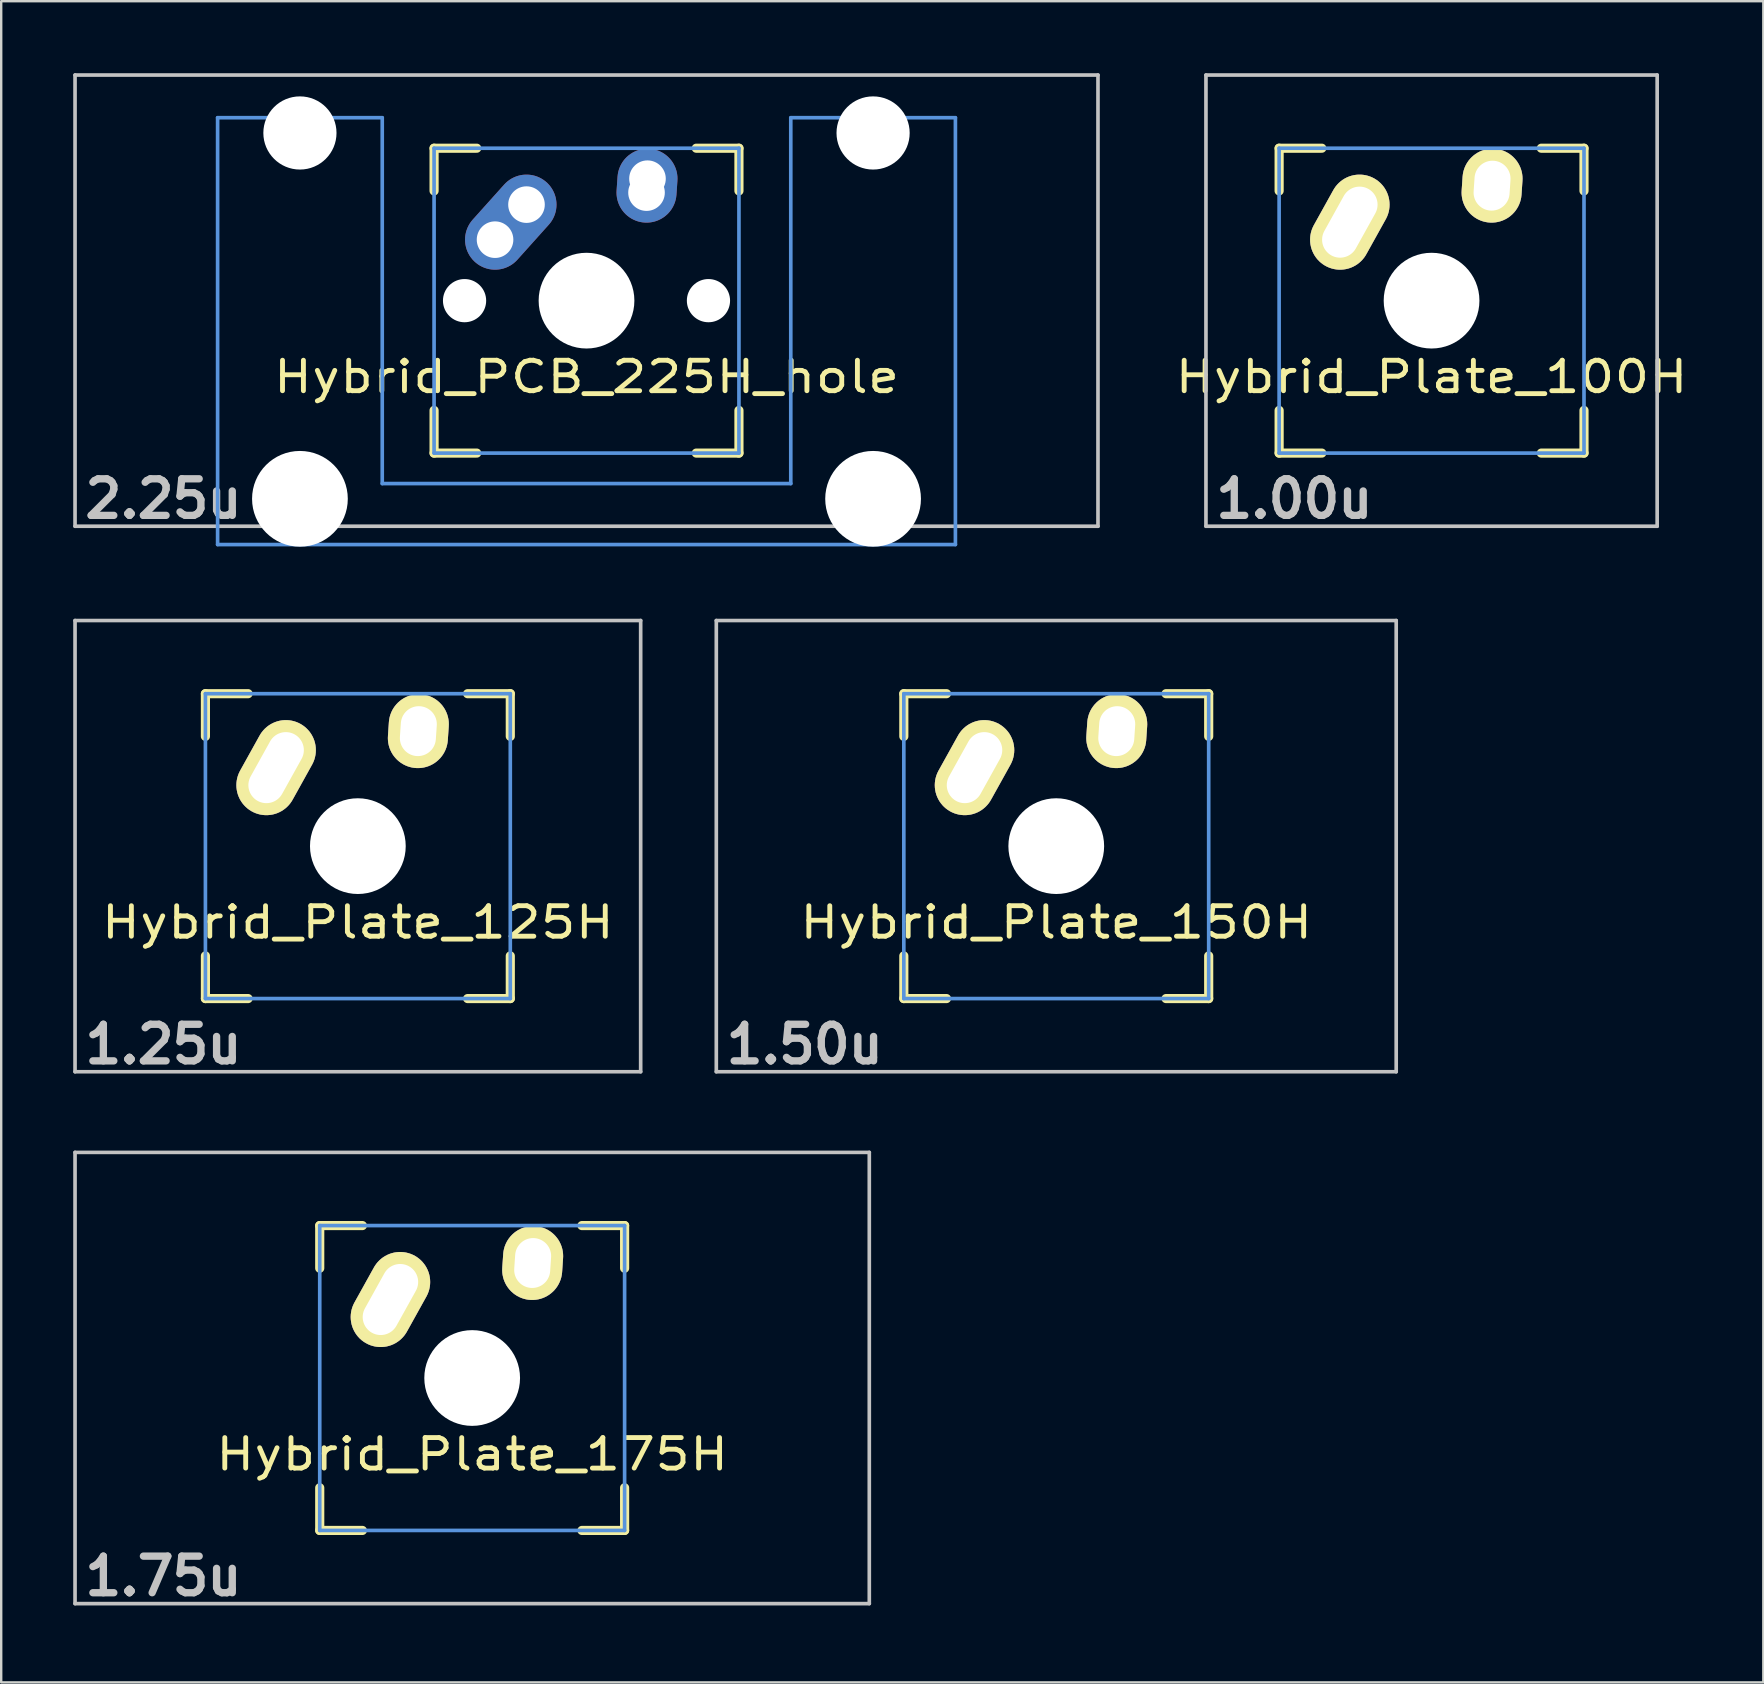
<source format=kicad_pcb>
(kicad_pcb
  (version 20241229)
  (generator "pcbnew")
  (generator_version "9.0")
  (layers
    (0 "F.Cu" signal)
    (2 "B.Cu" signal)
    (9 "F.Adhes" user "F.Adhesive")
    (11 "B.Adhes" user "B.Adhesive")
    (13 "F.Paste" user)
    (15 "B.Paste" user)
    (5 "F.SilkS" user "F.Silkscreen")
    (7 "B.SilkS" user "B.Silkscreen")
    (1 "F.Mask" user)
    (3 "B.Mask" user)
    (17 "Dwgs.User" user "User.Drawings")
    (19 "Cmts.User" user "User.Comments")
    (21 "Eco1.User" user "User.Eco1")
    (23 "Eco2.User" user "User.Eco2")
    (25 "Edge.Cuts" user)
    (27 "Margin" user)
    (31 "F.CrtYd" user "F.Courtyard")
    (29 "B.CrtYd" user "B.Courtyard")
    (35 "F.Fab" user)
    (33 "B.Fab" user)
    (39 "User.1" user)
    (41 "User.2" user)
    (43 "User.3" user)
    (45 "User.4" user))
  (footprint "Hybrid_PCB_225H_hole"
    (layer "F.Cu")
    (at 21.382 9.474)
    (property "Reference" "Hybrid_PCB_225H_hole" (at 0 3.175 0) (layer "F.SilkS") (effects (font (size 1.27 1.524) (thickness 0.203))))
    (attr through_hole)
    (fp_line (start -6.35 -6.35) (end -4.572 -6.35) (stroke (width 0.381) (type solid)) (layer "F.SilkS"))
    (fp_line (start -6.35 -4.572) (end -6.35 -6.35) (stroke (width 0.381) (type solid)) (layer "F.SilkS"))
    (fp_line (start -6.35 6.35) (end -6.35 4.572) (stroke (width 0.381) (type solid)) (layer "F.SilkS"))
    (fp_line (start -4.572 6.35) (end -6.35 6.35) (stroke (width 0.381) (type solid)) (layer "F.SilkS"))
    (fp_line (start 4.572 -6.35) (end 6.35 -6.35) (stroke (width 0.381) (type solid)) (layer "F.SilkS"))
    (fp_line (start 6.35 -6.35) (end 6.35 -4.572) (stroke (width 0.381) (type solid)) (layer "F.SilkS"))
    (fp_line (start 6.35 4.572) (end 6.35 6.35) (stroke (width 0.381) (type solid)) (layer "F.SilkS"))
    (fp_line (start 6.35 6.35) (end 4.572 6.35) (stroke (width 0.381) (type solid)) (layer "F.SilkS"))
    (fp_line (start -21.306 -9.398) (end 21.306 -9.398) (stroke (width 0.152) (type solid)) (layer "Dwgs.User"))
    (fp_line (start -21.306 9.398) (end -21.306 -9.398) (stroke (width 0.152) (type solid)) (layer "Dwgs.User"))
    (fp_line (start 21.306 -9.398) (end 21.306 9.398) (stroke (width 0.152) (type solid)) (layer "Dwgs.User"))
    (fp_line (start 21.306 9.398) (end -21.306 9.398) (stroke (width 0.152) (type solid)) (layer "Dwgs.User"))
    (fp_line (start -15.367 -7.62) (end -15.367 10.16) (stroke (width 0.152) (type solid)) (layer "Cmts.User"))
    (fp_line (start -15.367 10.16) (end 15.367 10.16) (stroke (width 0.152) (type solid)) (layer "Cmts.User"))
    (fp_line (start -8.509 -7.62) (end -15.367 -7.62) (stroke (width 0.152) (type solid)) (layer "Cmts.User"))
    (fp_line (start -8.509 7.62) (end -8.509 -7.62) (stroke (width 0.152) (type solid)) (layer "Cmts.User"))
    (fp_line (start -6.35 -6.35) (end 6.35 -6.35) (stroke (width 0.152) (type solid)) (layer "Cmts.User"))
    (fp_line (start -6.35 6.35) (end -6.35 -6.35) (stroke (width 0.152) (type solid)) (layer "Cmts.User"))
    (fp_line (start 6.35 -6.35) (end 6.35 6.35) (stroke (width 0.152) (type solid)) (layer "Cmts.User"))
    (fp_line (start 6.35 6.35) (end -6.35 6.35) (stroke (width 0.152) (type solid)) (layer "Cmts.User"))
    (fp_line (start 8.509 -7.62) (end 8.509 7.62) (stroke (width 0.152) (type solid)) (layer "Cmts.User"))
    (fp_line (start 8.509 7.62) (end -8.509 7.62) (stroke (width 0.152) (type solid)) (layer "Cmts.User"))
    (fp_line (start 15.367 -7.62) (end 8.509 -7.62) (stroke (width 0.152) (type solid)) (layer "Cmts.User"))
    (fp_line (start 15.367 10.16) (end 15.367 -7.62) (stroke (width 0.152) (type solid)) (layer "Cmts.User"))
    (fp_line (start -16.129 -2.286) (end -15.265 -2.286) (stroke (width 0.152) (type solid)) (layer "Eco2.User"))
    (fp_line (start -16.129 0.508) (end -16.129 -2.286) (stroke (width 0.152) (type solid)) (layer "Eco2.User"))
    (fp_line (start -15.265 -5.69) (end -8.611 -5.69) (stroke (width 0.152) (type solid)) (layer "Eco2.User"))
    (fp_line (start -15.265 -2.286) (end -15.265 -5.69) (stroke (width 0.152) (type solid)) (layer "Eco2.User"))
    (fp_line (start -15.265 0.508) (end -16.129 0.508) (stroke (width 0.152) (type solid)) (layer "Eco2.User"))
    (fp_line (start -15.265 6.604) (end -15.265 0.508) (stroke (width 0.152) (type solid)) (layer "Eco2.User"))
    (fp_line (start -14.224 6.604) (end -15.265 6.604) (stroke (width 0.152) (type solid)) (layer "Eco2.User"))
    (fp_line (start -14.224 7.772) (end -14.224 6.604) (stroke (width 0.152) (type solid)) (layer "Eco2.User"))
    (fp_line (start -9.652 6.604) (end -9.652 7.772) (stroke (width 0.152) (type solid)) (layer "Eco2.User"))
    (fp_line (start -9.652 7.772) (end -14.224 7.772) (stroke (width 0.152) (type solid)) (layer "Eco2.User"))
    (fp_line (start -8.611 -5.69) (end -8.611 -4.877) (stroke (width 0.152) (type solid)) (layer "Eco2.User"))
    (fp_line (start -8.611 -4.877) (end -6.985 -4.877) (stroke (width 0.152) (type solid)) (layer "Eco2.User"))
    (fp_line (start -8.611 5.817) (end -8.611 6.604) (stroke (width 0.152) (type solid)) (layer "Eco2.User"))
    (fp_line (start -8.611 6.604) (end -9.652 6.604) (stroke (width 0.152) (type solid)) (layer "Eco2.User"))
    (fp_line (start -6.985 -6.985) (end 6.985 -6.985) (stroke (width 0.152) (type solid)) (layer "Eco2.User"))
    (fp_line (start -6.985 -4.877) (end -6.985 -6.985) (stroke (width 0.152) (type solid)) (layer "Eco2.User"))
    (fp_line (start -6.985 5.817) (end -8.611 5.817) (stroke (width 0.152) (type solid)) (layer "Eco2.User"))
    (fp_line (start -6.985 6.985) (end -6.985 5.817) (stroke (width 0.152) (type solid)) (layer "Eco2.User"))
    (fp_line (start 6.985 -6.985) (end 6.985 -4.877) (stroke (width 0.152) (type solid)) (layer "Eco2.User"))
    (fp_line (start 6.985 -4.877) (end 8.611 -4.877) (stroke (width 0.152) (type solid)) (layer "Eco2.User"))
    (fp_line (start 6.985 5.817) (end 6.985 6.985) (stroke (width 0.152) (type solid)) (layer "Eco2.User"))
    (fp_line (start 6.985 6.985) (end -6.985 6.985) (stroke (width 0.152) (type solid)) (layer "Eco2.User"))
    (fp_line (start 8.611 -5.69) (end 15.265 -5.69) (stroke (width 0.152) (type solid)) (layer "Eco2.User"))
    (fp_line (start 8.611 -4.877) (end 8.611 -5.69) (stroke (width 0.152) (type solid)) (layer "Eco2.User"))
    (fp_line (start 8.611 5.817) (end 6.985 5.817) (stroke (width 0.152) (type solid)) (layer "Eco2.User"))
    (fp_line (start 8.611 6.604) (end 8.611 5.817) (stroke (width 0.152) (type solid)) (layer "Eco2.User"))
    (fp_line (start 9.652 6.604) (end 8.611 6.604) (stroke (width 0.152) (type solid)) (layer "Eco2.User"))
    (fp_line (start 9.652 7.772) (end 9.652 6.604) (stroke (width 0.152) (type solid)) (layer "Eco2.User"))
    (fp_line (start 14.224 6.604) (end 14.224 7.772) (stroke (width 0.152) (type solid)) (layer "Eco2.User"))
    (fp_line (start 14.224 7.772) (end 9.652 7.772) (stroke (width 0.152) (type solid)) (layer "Eco2.User"))
    (fp_line (start 15.265 -5.69) (end 15.265 -2.286) (stroke (width 0.152) (type solid)) (layer "Eco2.User"))
    (fp_line (start 15.265 -2.286) (end 16.129 -2.286) (stroke (width 0.152) (type solid)) (layer "Eco2.User"))
    (fp_line (start 15.265 0.508) (end 15.265 6.604) (stroke (width 0.152) (type solid)) (layer "Eco2.User"))
    (fp_line (start 15.265 6.604) (end 14.224 6.604) (stroke (width 0.152) (type solid)) (layer "Eco2.User"))
    (fp_line (start 16.129 -2.286) (end 16.129 0.508) (stroke (width 0.152) (type solid)) (layer "Eco2.User"))
    (fp_line (start 16.129 0.508) (end 15.265 0.508) (stroke (width 0.152) (type solid)) (layer "Eco2.User"))
    (fp_text user "2.25u" (at -17.623 8.255 0) (layer "Dwgs.User") (effects (font (size 1.524 1.524) (thickness 0.305))))
    (pad "" np_thru_hole circle (at -11.938 -6.985) (size 3.048 3.048) (drill 3.048) (layers "*.Cu"))
    (pad "" np_thru_hole circle (at -11.938 8.255) (size 3.988 3.988) (drill 3.988) (layers "*.Cu"))
    (pad "" np_thru_hole circle (at -5.08 0) (size 1.8 1.8) (drill 1.8) (layers "*.Cu"))
    (pad "" np_thru_hole circle (at 0 0) (size 3.988 3.988) (drill 3.988) (layers "*.Cu"))
    (pad "" np_thru_hole circle (at 5.08 0) (size 1.8 1.8) (drill 1.8) (layers "*.Cu"))
    (pad "" np_thru_hole circle (at 11.938 -6.985) (size 3.048 3.048) (drill 3.048) (layers "*.Cu"))
    (pad "" np_thru_hole circle (at 11.938 8.255) (size 3.988 3.988) (drill 3.988) (layers "*.Cu"))
    (pad "1" thru_hole circle (at -3.81 -2.54 330.95) (size 2 2) (drill 1.524) (layers "*.Cu" "*.Mask"))
    (pad "1" thru_hole oval (at -3.155 -3.27 138.1) (size 2.5 4.462) (drill 0.001) (layers "*.Cu" "*.Mask"))
    (pad "1" thru_hole circle (at -2.5 -4 330.95) (size 2 2) (drill 1.524) (layers "*.Cu" "*.Mask"))
    (pad "2" thru_hole circle (at 2.5 -4.5 330.95) (size 2 2) (drill 1.524) (layers "*.Cu" "*.Mask"))
    (pad "2" thru_hole oval (at 2.52 -4.79 356.055) (size 2.5 3.081) (drill 0.001) (layers "*.Cu" "*.Mask"))
    (pad "2" thru_hole circle (at 2.54 -5.08 330.95) (size 2 2) (drill 1.524) (layers "*.Cu" "*.Mask")))
  (footprint "Hybrid_Plate_125H"
    (layer "F.Cu")
    (at 11.857 32.197)
    (property "Reference" "Hybrid_Plate_125H" (at 0 3.175 0) (layer "F.SilkS") (effects (font (size 1.27 1.524) (thickness 0.203))))
    (attr through_hole)
    (fp_line (start -6.35 -6.35) (end -4.572 -6.35) (stroke (width 0.381) (type solid)) (layer "F.SilkS"))
    (fp_line (start -6.35 -4.572) (end -6.35 -6.35) (stroke (width 0.381) (type solid)) (layer "F.SilkS"))
    (fp_line (start -6.35 6.35) (end -6.35 4.572) (stroke (width 0.381) (type solid)) (layer "F.SilkS"))
    (fp_line (start -4.572 6.35) (end -6.35 6.35) (stroke (width 0.381) (type solid)) (layer "F.SilkS"))
    (fp_line (start 4.572 -6.35) (end 6.35 -6.35) (stroke (width 0.381) (type solid)) (layer "F.SilkS"))
    (fp_line (start 6.35 -6.35) (end 6.35 -4.572) (stroke (width 0.381) (type solid)) (layer "F.SilkS"))
    (fp_line (start 6.35 4.572) (end 6.35 6.35) (stroke (width 0.381) (type solid)) (layer "F.SilkS"))
    (fp_line (start 6.35 6.35) (end 4.572 6.35) (stroke (width 0.381) (type solid)) (layer "F.SilkS"))
    (fp_line (start -11.781 -9.398) (end 11.781 -9.398) (stroke (width 0.152) (type solid)) (layer "Dwgs.User"))
    (fp_line (start -11.781 9.398) (end -11.781 -9.398) (stroke (width 0.152) (type solid)) (layer "Dwgs.User"))
    (fp_line (start 11.781 -9.398) (end 11.781 9.398) (stroke (width 0.152) (type solid)) (layer "Dwgs.User"))
    (fp_line (start 11.781 9.398) (end -11.781 9.398) (stroke (width 0.152) (type solid)) (layer "Dwgs.User"))
    (fp_line (start -6.35 -6.35) (end 6.35 -6.35) (stroke (width 0.152) (type solid)) (layer "Cmts.User"))
    (fp_line (start -6.35 6.35) (end -6.35 -6.35) (stroke (width 0.152) (type solid)) (layer "Cmts.User"))
    (fp_line (start 6.35 -6.35) (end 6.35 6.35) (stroke (width 0.152) (type solid)) (layer "Cmts.User"))
    (fp_line (start 6.35 6.35) (end -6.35 6.35) (stroke (width 0.152) (type solid)) (layer "Cmts.User"))
    (fp_line (start -6.985 -6.985) (end 6.985 -6.985) (stroke (width 0.152) (type solid)) (layer "Eco2.User"))
    (fp_line (start -6.985 6.985) (end -6.985 -6.985) (stroke (width 0.152) (type solid)) (layer "Eco2.User"))
    (fp_line (start 6.985 -6.985) (end 6.985 6.985) (stroke (width 0.152) (type solid)) (layer "Eco2.User"))
    (fp_line (start 6.985 6.985) (end -6.985 6.985) (stroke (width 0.152) (type solid)) (layer "Eco2.User"))
    (fp_text user "1.25u" (at -8.098 8.255 0) (layer "Dwgs.User") (effects (font (size 1.524 1.524) (thickness 0.305))))
    (pad "" np_thru_hole circle (at 0 0) (size 3.988 3.988) (drill 3.988) (layers "*.Cu"))
    (pad "1" thru_hole oval (at -3.405 -3.27 330.95) (size 2.5 4.17) (drill oval 1.5 3.17) (layers "*.Cu" "*.Mask" "F.SilkS"))
    (pad "2" thru_hole oval (at 2.52 -4.79 356.1) (size 2.5 3.08) (drill oval 1.5 2.08) (layers "*.Cu" "*.Mask" "F.SilkS")))
  (footprint "Hybrid_Plate_175H"
    (layer "F.Cu")
    (at 16.619 54.353)
    (property "Reference" "Hybrid_Plate_175H" (at 0 3.175 0) (layer "F.SilkS") (effects (font (size 1.27 1.524) (thickness 0.203))))
    (attr through_hole)
    (fp_line (start -6.35 -6.35) (end -4.572 -6.35) (stroke (width 0.381) (type solid)) (layer "F.SilkS"))
    (fp_line (start -6.35 -4.572) (end -6.35 -6.35) (stroke (width 0.381) (type solid)) (layer "F.SilkS"))
    (fp_line (start -6.35 6.35) (end -6.35 4.572) (stroke (width 0.381) (type solid)) (layer "F.SilkS"))
    (fp_line (start -4.572 6.35) (end -6.35 6.35) (stroke (width 0.381) (type solid)) (layer "F.SilkS"))
    (fp_line (start 4.572 -6.35) (end 6.35 -6.35) (stroke (width 0.381) (type solid)) (layer "F.SilkS"))
    (fp_line (start 6.35 -6.35) (end 6.35 -4.572) (stroke (width 0.381) (type solid)) (layer "F.SilkS"))
    (fp_line (start 6.35 4.572) (end 6.35 6.35) (stroke (width 0.381) (type solid)) (layer "F.SilkS"))
    (fp_line (start 6.35 6.35) (end 4.572 6.35) (stroke (width 0.381) (type solid)) (layer "F.SilkS"))
    (fp_line (start -16.543 -9.398) (end 16.543 -9.398) (stroke (width 0.152) (type solid)) (layer "Dwgs.User"))
    (fp_line (start -16.543 9.398) (end -16.543 -9.398) (stroke (width 0.152) (type solid)) (layer "Dwgs.User"))
    (fp_line (start 16.543 -9.398) (end 16.543 9.398) (stroke (width 0.152) (type solid)) (layer "Dwgs.User"))
    (fp_line (start 16.543 9.398) (end -16.543 9.398) (stroke (width 0.152) (type solid)) (layer "Dwgs.User"))
    (fp_line (start -6.35 -6.35) (end 6.35 -6.35) (stroke (width 0.152) (type solid)) (layer "Cmts.User"))
    (fp_line (start -6.35 6.35) (end -6.35 -6.35) (stroke (width 0.152) (type solid)) (layer "Cmts.User"))
    (fp_line (start 6.35 -6.35) (end 6.35 6.35) (stroke (width 0.152) (type solid)) (layer "Cmts.User"))
    (fp_line (start 6.35 6.35) (end -6.35 6.35) (stroke (width 0.152) (type solid)) (layer "Cmts.User"))
    (fp_line (start -6.985 -6.985) (end 6.985 -6.985) (stroke (width 0.152) (type solid)) (layer "Eco2.User"))
    (fp_line (start -6.985 6.985) (end -6.985 -6.985) (stroke (width 0.152) (type solid)) (layer "Eco2.User"))
    (fp_line (start 6.985 -6.985) (end 6.985 6.985) (stroke (width 0.152) (type solid)) (layer "Eco2.User"))
    (fp_line (start 6.985 6.985) (end -6.985 6.985) (stroke (width 0.152) (type solid)) (layer "Eco2.User"))
    (fp_text user "1.75u" (at -12.86 8.255 0) (layer "Dwgs.User") (effects (font (size 1.524 1.524) (thickness 0.305))))
    (pad "" np_thru_hole circle (at 0 0) (size 3.988 3.988) (drill 3.988) (layers "*.Cu"))
    (pad "1" thru_hole oval (at -3.405 -3.27 330.95) (size 2.5 4.17) (drill oval 1.5 3.17) (layers "*.Cu" "*.Mask" "F.SilkS"))
    (pad "2" thru_hole oval (at 2.52 -4.79 356.1) (size 2.5 3.08) (drill oval 1.5 2.08) (layers "*.Cu" "*.Mask" "F.SilkS")))
  (footprint "Hybrid_Plate_150H"
    (layer "F.Cu")
    (at 40.95 32.197)
    (property "Reference" "Hybrid_Plate_150H" (at 0 3.175 0) (layer "F.SilkS") (effects (font (size 1.27 1.524) (thickness 0.203))))
    (attr through_hole)
    (fp_line (start -6.35 -6.35) (end -4.572 -6.35) (stroke (width 0.381) (type solid)) (layer "F.SilkS"))
    (fp_line (start -6.35 -4.572) (end -6.35 -6.35) (stroke (width 0.381) (type solid)) (layer "F.SilkS"))
    (fp_line (start -6.35 6.35) (end -6.35 4.572) (stroke (width 0.381) (type solid)) (layer "F.SilkS"))
    (fp_line (start -4.572 6.35) (end -6.35 6.35) (stroke (width 0.381) (type solid)) (layer "F.SilkS"))
    (fp_line (start 4.572 -6.35) (end 6.35 -6.35) (stroke (width 0.381) (type solid)) (layer "F.SilkS"))
    (fp_line (start 6.35 -6.35) (end 6.35 -4.572) (stroke (width 0.381) (type solid)) (layer "F.SilkS"))
    (fp_line (start 6.35 4.572) (end 6.35 6.35) (stroke (width 0.381) (type solid)) (layer "F.SilkS"))
    (fp_line (start 6.35 6.35) (end 4.572 6.35) (stroke (width 0.381) (type solid)) (layer "F.SilkS"))
    (fp_line (start -14.161 -9.398) (end 14.161 -9.398) (stroke (width 0.152) (type solid)) (layer "Dwgs.User"))
    (fp_line (start -14.161 9.398) (end -14.161 -9.398) (stroke (width 0.152) (type solid)) (layer "Dwgs.User"))
    (fp_line (start 14.161 -9.398) (end 14.161 9.398) (stroke (width 0.152) (type solid)) (layer "Dwgs.User"))
    (fp_line (start 14.161 9.398) (end -14.161 9.398) (stroke (width 0.152) (type solid)) (layer "Dwgs.User"))
    (fp_line (start -6.35 -6.35) (end 6.35 -6.35) (stroke (width 0.152) (type solid)) (layer "Cmts.User"))
    (fp_line (start -6.35 6.35) (end -6.35 -6.35) (stroke (width 0.152) (type solid)) (layer "Cmts.User"))
    (fp_line (start 6.35 -6.35) (end 6.35 6.35) (stroke (width 0.152) (type solid)) (layer "Cmts.User"))
    (fp_line (start 6.35 6.35) (end -6.35 6.35) (stroke (width 0.152) (type solid)) (layer "Cmts.User"))
    (fp_line (start -6.985 -6.985) (end 6.985 -6.985) (stroke (width 0.152) (type solid)) (layer "Eco2.User"))
    (fp_line (start -6.985 6.985) (end -6.985 -6.985) (stroke (width 0.152) (type solid)) (layer "Eco2.User"))
    (fp_line (start 6.985 -6.985) (end 6.985 6.985) (stroke (width 0.152) (type solid)) (layer "Eco2.User"))
    (fp_line (start 6.985 6.985) (end -6.985 6.985) (stroke (width 0.152) (type solid)) (layer "Eco2.User"))
    (fp_text user "1.50u" (at -10.477 8.255 0) (layer "Dwgs.User") (effects (font (size 1.524 1.524) (thickness 0.305))))
    (pad "" np_thru_hole circle (at 0 0) (size 3.988 3.988) (drill 3.988) (layers "*.Cu"))
    (pad "1" thru_hole oval (at -3.405 -3.27 330.95) (size 2.5 4.17) (drill oval 1.5 3.17) (layers "*.Cu" "*.Mask" "F.SilkS"))
    (pad "2" thru_hole oval (at 2.52 -4.79 356.1) (size 2.5 3.08) (drill oval 1.5 2.08) (layers "*.Cu" "*.Mask" "F.SilkS")))
  (footprint "Hybrid_Plate_100H"
    (layer "F.Cu")
    (at 56.584 9.474)
    (property "Reference" "Hybrid_Plate_100H" (at 0 3.175 0) (layer "F.SilkS") (effects (font (size 1.27 1.524) (thickness 0.203))))
    (attr through_hole)
    (fp_line (start -6.35 -6.35) (end -4.572 -6.35) (stroke (width 0.381) (type solid)) (layer "F.SilkS"))
    (fp_line (start -6.35 -4.572) (end -6.35 -6.35) (stroke (width 0.381) (type solid)) (layer "F.SilkS"))
    (fp_line (start -6.35 6.35) (end -6.35 4.572) (stroke (width 0.381) (type solid)) (layer "F.SilkS"))
    (fp_line (start -4.572 6.35) (end -6.35 6.35) (stroke (width 0.381) (type solid)) (layer "F.SilkS"))
    (fp_line (start 4.572 -6.35) (end 6.35 -6.35) (stroke (width 0.381) (type solid)) (layer "F.SilkS"))
    (fp_line (start 6.35 -6.35) (end 6.35 -4.572) (stroke (width 0.381) (type solid)) (layer "F.SilkS"))
    (fp_line (start 6.35 4.572) (end 6.35 6.35) (stroke (width 0.381) (type solid)) (layer "F.SilkS"))
    (fp_line (start 6.35 6.35) (end 4.572 6.35) (stroke (width 0.381) (type solid)) (layer "F.SilkS"))
    (fp_line (start -9.398 -9.398) (end 9.398 -9.398) (stroke (width 0.152) (type solid)) (layer "Dwgs.User"))
    (fp_line (start -9.398 9.398) (end -9.398 -9.398) (stroke (width 0.152) (type solid)) (layer "Dwgs.User"))
    (fp_line (start 9.398 -9.398) (end 9.398 9.398) (stroke (width 0.152) (type solid)) (layer "Dwgs.User"))
    (fp_line (start 9.398 9.398) (end -9.398 9.398) (stroke (width 0.152) (type solid)) (layer "Dwgs.User"))
    (fp_line (start -6.35 -6.35) (end 6.35 -6.35) (stroke (width 0.152) (type solid)) (layer "Cmts.User"))
    (fp_line (start -6.35 6.35) (end -6.35 -6.35) (stroke (width 0.152) (type solid)) (layer "Cmts.User"))
    (fp_line (start 6.35 -6.35) (end 6.35 6.35) (stroke (width 0.152) (type solid)) (layer "Cmts.User"))
    (fp_line (start 6.35 6.35) (end -6.35 6.35) (stroke (width 0.152) (type solid)) (layer "Cmts.User"))
    (fp_line (start -6.985 -6.985) (end 6.985 -6.985) (stroke (width 0.152) (type solid)) (layer "Eco2.User"))
    (fp_line (start -6.985 6.985) (end -6.985 -6.985) (stroke (width 0.152) (type solid)) (layer "Eco2.User"))
    (fp_line (start 6.985 -6.985) (end 6.985 6.985) (stroke (width 0.152) (type solid)) (layer "Eco2.User"))
    (fp_line (start 6.985 6.985) (end -6.985 6.985) (stroke (width 0.152) (type solid)) (layer "Eco2.User"))
    (fp_text user "1.00u" (at -5.715 8.255 0) (layer "Dwgs.User") (effects (font (size 1.524 1.524) (thickness 0.305))))
    (pad "" np_thru_hole circle (at 0 0) (size 3.988 3.988) (drill 3.988) (layers "*.Cu"))
    (pad "1" thru_hole oval (at -3.405 -3.27 330.95) (size 2.5 4.17) (drill oval 1.5 3.17) (layers "*.Cu" "*.Mask" "F.SilkS"))
    (pad "2" thru_hole oval (at 2.52 -4.79 356.1) (size 2.5 3.08) (drill oval 1.5 2.08) (layers "*.Cu" "*.Mask" "F.SilkS")))
  (gr_rect
    (start -3 -3)
    (end 70.404 67.034)
    (stroke (width 0.1) (type default))
    (fill no)
    (layer "Edge.Cuts")))
</source>
